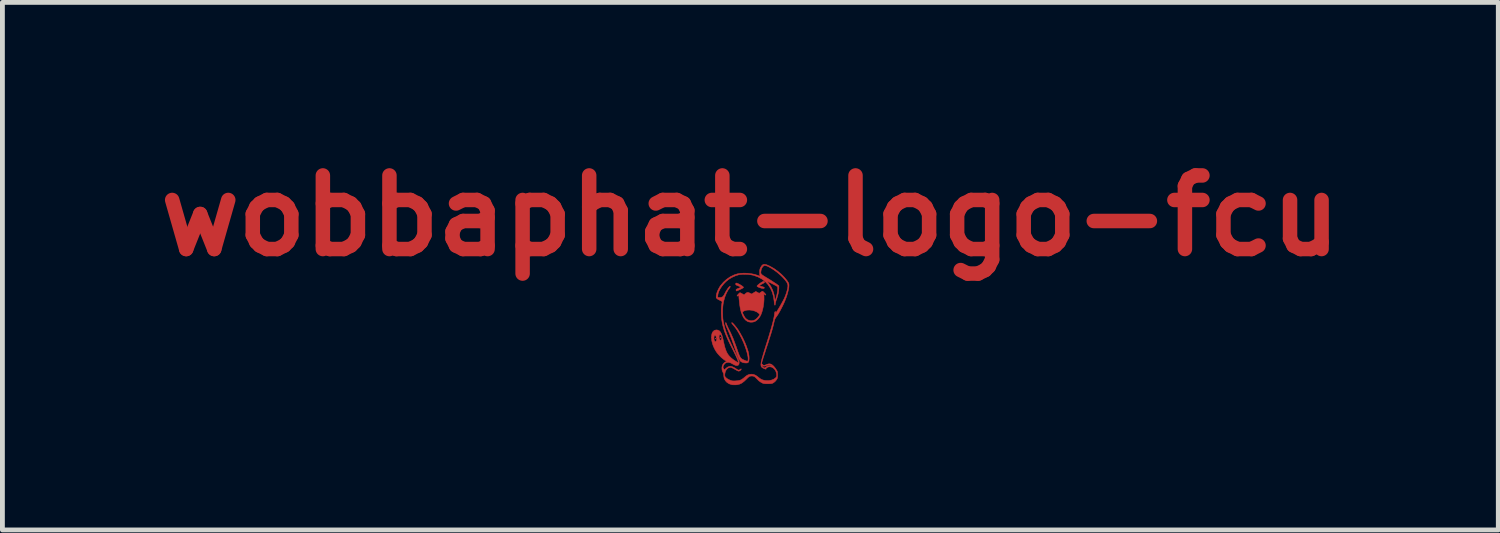
<source format=kicad_pcb>
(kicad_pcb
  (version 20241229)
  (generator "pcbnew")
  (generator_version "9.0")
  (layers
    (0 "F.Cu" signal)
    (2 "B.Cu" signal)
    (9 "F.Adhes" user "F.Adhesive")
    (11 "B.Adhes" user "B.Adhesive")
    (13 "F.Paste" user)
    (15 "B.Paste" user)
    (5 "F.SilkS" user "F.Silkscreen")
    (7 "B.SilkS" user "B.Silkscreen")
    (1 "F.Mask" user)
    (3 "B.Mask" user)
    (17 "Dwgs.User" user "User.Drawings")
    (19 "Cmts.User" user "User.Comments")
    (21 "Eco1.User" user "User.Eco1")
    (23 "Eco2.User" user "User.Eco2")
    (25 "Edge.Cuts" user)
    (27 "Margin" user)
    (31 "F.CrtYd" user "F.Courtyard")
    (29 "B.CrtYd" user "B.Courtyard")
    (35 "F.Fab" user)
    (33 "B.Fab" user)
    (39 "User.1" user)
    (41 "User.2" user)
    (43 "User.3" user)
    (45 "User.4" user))
  (footprint "wobbaphat-logo-fcu"
    (layer "F.Cu")
    (at 12.49 3.668)
    (property "Reference" "wobbaphat-logo-fcu" (at 0 -2.25 0) (layer "F.Cu") (effects (font (size 1.524 1.524) (thickness 0.3))))
    (attr through_hole)
    (fp_poly (pts (xy -0.725 0.288) (xy -0.718 0.294) (xy -0.717 0.296) (xy -0.723 0.299) (xy -0.725 0.299) (xy -0.732 0.293) (xy -0.732 0.291) (xy -0.728 0.286) (xy -0.725 0.288)) (stroke (width 0.01) (type solid)) (fill yes) (layer "F.Cu"))
    (fp_poly (pts (xy -0.62 0.265) (xy -0.613 0.275) (xy -0.613 0.277) (xy -0.618 0.284) (xy -0.62 0.284) (xy -0.627 0.278) (xy -0.628 0.272) (xy -0.624 0.265) (xy -0.62 0.265)) (stroke (width 0.01) (type solid)) (fill yes) (layer "F.Cu"))
    (fp_poly (pts (xy -0.283 -0.855) (xy -0.261 -0.847) (xy -0.235 -0.834) (xy -0.207 -0.819) (xy -0.18 -0.802) (xy -0.158 -0.786) (xy -0.145 -0.773) (xy -0.142 -0.767) (xy -0.146 -0.76) (xy -0.16 -0.75) (xy -0.185 -0.736) (xy -0.222 -0.719) (xy -0.252 -0.705) (xy -0.274 -0.696) (xy -0.286 -0.692) (xy -0.292 -0.694) (xy -0.295 -0.702) (xy -0.295 -0.702) (xy -0.297 -0.715) (xy -0.294 -0.724) (xy -0.281 -0.733) (xy -0.258 -0.743) (xy -0.247 -0.747) (xy -0.223 -0.757) (xy -0.205 -0.765) (xy -0.198 -0.77) (xy -0.203 -0.775) (xy -0.219 -0.783) (xy -0.242 -0.793) (xy -0.25 -0.797) (xy -0.279 -0.808) (xy -0.296 -0.817) (xy -0.304 -0.826) (xy -0.306 -0.835) (xy -0.302 -0.85) (xy -0.296 -0.856) (xy -0.283 -0.855)) (stroke (width 0.01) (type solid)) (fill yes) (layer "F.Cu"))
    (fp_poly (pts (xy 0.284 -0.892) (xy 0.29 -0.884) (xy 0.291 -0.882) (xy 0.294 -0.872) (xy 0.29 -0.864) (xy 0.275 -0.855) (xy 0.263 -0.848) (xy 0.238 -0.835) (xy 0.214 -0.821) (xy 0.206 -0.815) (xy 0.195 -0.808) (xy 0.19 -0.802) (xy 0.194 -0.798) (xy 0.207 -0.793) (xy 0.233 -0.785) (xy 0.249 -0.781) (xy 0.274 -0.773) (xy 0.287 -0.765) (xy 0.29 -0.757) (xy 0.29 -0.756) (xy 0.281 -0.745) (xy 0.261 -0.743) (xy 0.229 -0.749) (xy 0.198 -0.759) (xy 0.166 -0.771) (xy 0.147 -0.781) (xy 0.138 -0.788) (xy 0.138 -0.797) (xy 0.145 -0.807) (xy 0.146 -0.807) (xy 0.168 -0.827) (xy 0.197 -0.85) (xy 0.228 -0.87) (xy 0.255 -0.885) (xy 0.257 -0.885) (xy 0.274 -0.892) (xy 0.284 -0.892)) (stroke (width 0.01) (type solid)) (fill yes) (layer "F.Cu"))
    (fp_poly (pts (xy -0.372 -0.032) (xy -0.356 -0.017) (xy -0.336 0.005) (xy -0.313 0.032) (xy -0.29 0.061) (xy -0.269 0.089) (xy -0.26 0.101) (xy -0.211 0.182) (xy -0.163 0.269) (xy -0.12 0.359) (xy -0.083 0.449) (xy -0.054 0.534) (xy -0.044 0.568) (xy -0.034 0.614) (xy -0.028 0.661) (xy -0.026 0.705) (xy -0.029 0.743) (xy -0.035 0.771) (xy -0.039 0.779) (xy -0.049 0.791) (xy -0.06 0.797) (xy -0.078 0.799) (xy -0.095 0.799) (xy -0.132 0.796) (xy -0.165 0.787) (xy -0.169 0.785) (xy -0.184 0.778) (xy -0.197 0.769) (xy -0.21 0.757) (xy -0.221 0.742) (xy -0.234 0.721) (xy -0.247 0.693) (xy -0.262 0.658) (xy -0.279 0.613) (xy -0.299 0.558) (xy -0.323 0.49) (xy -0.34 0.441) (xy -0.368 0.362) (xy -0.393 0.293) (xy -0.417 0.23) (xy -0.442 0.169) (xy -0.469 0.107) (xy -0.488 0.064) (xy -0.503 0.028) (xy -0.512 -0.002) (xy -0.516 -0.024) (xy -0.513 -0.036) (xy -0.509 -0.037) (xy -0.503 -0.031) (xy -0.496 -0.015) (xy -0.494 -0.008) (xy -0.488 0.009) (xy -0.476 0.036) (xy -0.461 0.07) (xy -0.442 0.108) (xy -0.432 0.128) (xy -0.405 0.184) (xy -0.382 0.236) (xy -0.359 0.288) (xy -0.338 0.342) (xy -0.315 0.404) (xy -0.289 0.475) (xy -0.28 0.501) (xy -0.26 0.559) (xy -0.243 0.606) (xy -0.229 0.641) (xy -0.216 0.668) (xy -0.204 0.688) (xy -0.191 0.703) (xy -0.177 0.715) (xy -0.16 0.725) (xy -0.149 0.73) (xy -0.121 0.743) (xy -0.095 0.754) (xy -0.077 0.759) (xy -0.06 0.761) (xy -0.052 0.755) (xy -0.048 0.743) (xy -0.046 0.714) (xy -0.049 0.675) (xy -0.059 0.626) (xy -0.073 0.57) (xy -0.092 0.509) (xy -0.115 0.445) (xy -0.14 0.38) (xy -0.169 0.316) (xy -0.184 0.284) (xy -0.227 0.202) (xy -0.268 0.132) (xy -0.307 0.074) (xy -0.346 0.026) (xy -0.351 0.02) (xy -0.375 -0.008) (xy -0.387 -0.026) (xy -0.387 -0.036) (xy -0.382 -0.037) (xy -0.372 -0.032)) (stroke (width 0.01) (type solid)) (fill yes) (layer "F.Cu"))
    (fp_poly (pts (xy 0.26 -0.682) (xy 0.275 -0.669) (xy 0.292 -0.652) (xy 0.308 -0.634) (xy 0.319 -0.619) (xy 0.321 -0.613) (xy 0.317 -0.606) (xy 0.306 -0.611) (xy 0.295 -0.62) (xy 0.279 -0.636) (xy 0.282 -0.581) (xy 0.283 -0.515) (xy 0.278 -0.444) (xy 0.268 -0.372) (xy 0.253 -0.302) (xy 0.234 -0.239) (xy 0.213 -0.187) (xy 0.212 -0.185) (xy 0.189 -0.148) (xy 0.159 -0.111) (xy 0.126 -0.081) (xy 0.094 -0.06) (xy 0.094 -0.06) (xy 0.054 -0.048) (xy 0.009 -0.045) (xy -0.035 -0.052) (xy -0.058 -0.06) (xy -0.098 -0.088) (xy -0.133 -0.127) (xy -0.162 -0.179) (xy -0.187 -0.244) (xy -0.19 -0.252) (xy -0.164 -0.252) (xy -0.161 -0.238) (xy -0.151 -0.215) (xy -0.138 -0.188) (xy -0.123 -0.162) (xy -0.109 -0.139) (xy -0.102 -0.13) (xy -0.068 -0.1) (xy -0.026 -0.082) (xy 0.019 -0.075) (xy 0.064 -0.081) (xy 0.087 -0.09) (xy 0.119 -0.111) (xy 0.15 -0.141) (xy 0.176 -0.175) (xy 0.183 -0.186) (xy 0.19 -0.201) (xy 0.188 -0.212) (xy 0.178 -0.224) (xy 0.174 -0.228) (xy 0.134 -0.257) (xy 0.086 -0.278) (xy 0.032 -0.292) (xy -0.022 -0.298) (xy -0.075 -0.295) (xy -0.121 -0.283) (xy -0.133 -0.277) (xy -0.151 -0.266) (xy -0.163 -0.256) (xy -0.164 -0.252) (xy -0.19 -0.252) (xy -0.208 -0.322) (xy -0.223 -0.414) (xy -0.234 -0.519) (xy -0.236 -0.539) (xy -0.24 -0.605) (xy -0.258 -0.593) (xy -0.271 -0.585) (xy -0.276 -0.587) (xy -0.276 -0.592) (xy -0.271 -0.602) (xy -0.259 -0.617) (xy -0.243 -0.634) (xy -0.228 -0.648) (xy -0.216 -0.657) (xy -0.214 -0.657) (xy -0.207 -0.654) (xy -0.19 -0.646) (xy -0.171 -0.635) (xy -0.131 -0.613) (xy -0.1 -0.639) (xy -0.078 -0.656) (xy -0.06 -0.663) (xy -0.042 -0.661) (xy -0.018 -0.651) (xy -0.009 -0.647) (xy 0.027 -0.629) (xy 0.069 -0.656) (xy 0.112 -0.682) (xy 0.148 -0.663) (xy 0.183 -0.644) (xy 0.213 -0.665) (xy 0.232 -0.678) (xy 0.247 -0.686) (xy 0.251 -0.687) (xy 0.26 -0.682)) (stroke (width 0.01) (type solid)) (fill yes) (layer "F.Cu"))
    (fp_poly (pts (xy 0.334 -1.236) (xy 0.377 -1.218) (xy 0.406 -1.204) (xy 0.487 -1.158) (xy 0.566 -1.102) (xy 0.641 -1.039) (xy 0.707 -0.972) (xy 0.761 -0.905) (xy 0.779 -0.877) (xy 0.791 -0.858) (xy 0.797 -0.841) (xy 0.799 -0.822) (xy 0.799 -0.803) (xy 0.796 -0.761) (xy 0.786 -0.709) (xy 0.771 -0.649) (xy 0.751 -0.584) (xy 0.736 -0.542) (xy 0.717 -0.493) (xy 0.694 -0.439) (xy 0.667 -0.382) (xy 0.638 -0.325) (xy 0.61 -0.272) (xy 0.583 -0.225) (xy 0.559 -0.187) (xy 0.548 -0.172) (xy 0.529 -0.145) (xy 0.515 -0.123) (xy 0.505 -0.101) (xy 0.497 -0.074) (xy 0.488 -0.037) (xy 0.478 0.008) (xy 0.466 0.055) (xy 0.452 0.105) (xy 0.436 0.162) (xy 0.416 0.225) (xy 0.393 0.297) (xy 0.367 0.381) (xy 0.336 0.474) (xy 0.316 0.534) (xy 0.298 0.592) (xy 0.281 0.644) (xy 0.266 0.69) (xy 0.255 0.728) (xy 0.247 0.754) (xy 0.243 0.766) (xy 0.232 0.811) (xy 0.254 0.833) (xy 0.269 0.846) (xy 0.28 0.851) (xy 0.294 0.848) (xy 0.301 0.845) (xy 0.337 0.83) (xy 0.364 0.821) (xy 0.384 0.817) (xy 0.401 0.817) (xy 0.418 0.821) (xy 0.42 0.821) (xy 0.45 0.837) (xy 0.482 0.865) (xy 0.515 0.905) (xy 0.546 0.953) (xy 0.556 0.97) (xy 0.561 0.989) (xy 0.563 1.013) (xy 0.564 1.046) (xy 0.564 1.079) (xy 0.561 1.102) (xy 0.556 1.12) (xy 0.547 1.138) (xy 0.541 1.147) (xy 0.512 1.182) (xy 0.482 1.206) (xy 0.466 1.216) (xy 0.451 1.222) (xy 0.435 1.226) (xy 0.414 1.228) (xy 0.384 1.229) (xy 0.359 1.229) (xy 0.322 1.229) (xy 0.295 1.228) (xy 0.275 1.225) (xy 0.259 1.22) (xy 0.241 1.211) (xy 0.225 1.203) (xy 0.179 1.172) (xy 0.137 1.131) (xy 0.108 1.101) (xy 0.083 1.081) (xy 0.058 1.071) (xy 0.03 1.069) (xy 0.015 1.07) (xy -0.002 1.072) (xy -0.015 1.076) (xy -0.029 1.084) (xy -0.046 1.098) (xy -0.068 1.12) (xy -0.085 1.137) (xy -0.133 1.182) (xy -0.177 1.215) (xy -0.22 1.236) (xy -0.265 1.248) (xy -0.301 1.252) (xy -0.333 1.252) (xy -0.364 1.251) (xy -0.386 1.248) (xy -0.441 1.23) (xy -0.486 1.201) (xy -0.52 1.164) (xy -0.543 1.118) (xy -0.552 1.065) (xy -0.552 1.055) (xy -0.556 1.021) (xy -0.566 0.996) (xy -0.569 0.991) (xy -0.583 0.962) (xy -0.589 0.926) (xy -0.589 0.887) (xy -0.582 0.852) (xy -0.577 0.84) (xy -0.557 0.809) (xy -0.532 0.787) (xy -0.513 0.775) (xy -0.491 0.764) (xy -0.527 0.744) (xy -0.56 0.72) (xy -0.599 0.688) (xy -0.638 0.649) (xy -0.674 0.609) (xy -0.704 0.57) (xy -0.707 0.566) (xy -0.741 0.508) (xy -0.768 0.449) (xy -0.788 0.39) (xy -0.801 0.332) (xy -0.806 0.277) (xy -0.806 0.276) (xy -0.755 0.276) (xy -0.754 0.306) (xy -0.746 0.334) (xy -0.738 0.35) (xy -0.725 0.357) (xy -0.712 0.352) (xy -0.703 0.336) (xy -0.702 0.331) (xy -0.699 0.305) (xy -0.702 0.278) (xy -0.706 0.265) (xy -0.648 0.265) (xy -0.648 0.271) (xy -0.642 0.3) (xy -0.633 0.319) (xy -0.621 0.328) (xy -0.609 0.325) (xy -0.599 0.309) (xy -0.596 0.3) (xy -0.594 0.272) (xy -0.6 0.243) (xy -0.613 0.22) (xy -0.618 0.216) (xy -0.63 0.211) (xy -0.641 0.22) (xy -0.647 0.238) (xy -0.648 0.265) (xy -0.706 0.265) (xy -0.709 0.255) (xy -0.718 0.236) (xy -0.728 0.226) (xy -0.739 0.228) (xy -0.74 0.229) (xy -0.751 0.249) (xy -0.755 0.276) (xy -0.806 0.276) (xy -0.804 0.228) (xy -0.794 0.185) (xy -0.776 0.151) (xy -0.75 0.127) (xy -0.743 0.123) (xy -0.707 0.114) (xy -0.671 0.119) (xy -0.643 0.133) (xy -0.622 0.155) (xy -0.603 0.189) (xy -0.585 0.236) (xy -0.569 0.296) (xy -0.56 0.336) (xy -0.543 0.415) (xy -0.526 0.481) (xy -0.507 0.537) (xy -0.487 0.583) (xy -0.463 0.623) (xy -0.435 0.658) (xy -0.402 0.691) (xy -0.367 0.72) (xy -0.341 0.739) (xy -0.314 0.757) (xy -0.288 0.773) (xy -0.267 0.785) (xy -0.254 0.791) (xy -0.251 0.791) (xy -0.25 0.78) (xy -0.256 0.756) (xy -0.269 0.721) (xy -0.289 0.676) (xy -0.315 0.621) (xy -0.347 0.556) (xy -0.362 0.527) (xy -0.409 0.433) (xy -0.45 0.349) (xy -0.484 0.274) (xy -0.512 0.206) (xy -0.536 0.143) (xy -0.555 0.082) (xy -0.571 0.023) (xy -0.583 -0.032) (xy -0.593 -0.092) (xy -0.599 -0.159) (xy -0.603 -0.23) (xy -0.603 -0.3) (xy -0.6 -0.365) (xy -0.593 -0.423) (xy -0.586 -0.459) (xy -0.586 -0.468) (xy -0.591 -0.476) (xy -0.605 -0.485) (xy -0.63 -0.498) (xy -0.635 -0.5) (xy -0.669 -0.517) (xy -0.691 -0.532) (xy -0.703 -0.546) (xy -0.707 -0.557) (xy -0.676 -0.557) (xy -0.642 -0.557) (xy -0.609 -0.559) (xy -0.584 -0.567) (xy -0.564 -0.583) (xy -0.546 -0.609) (xy -0.53 -0.638) (xy -0.513 -0.671) (xy -0.493 -0.704) (xy -0.473 -0.736) (xy -0.453 -0.762) (xy -0.437 -0.78) (xy -0.428 -0.788) (xy -0.417 -0.788) (xy -0.416 -0.78) (xy -0.423 -0.765) (xy -0.43 -0.756) (xy -0.466 -0.704) (xy -0.499 -0.641) (xy -0.528 -0.569) (xy -0.55 -0.491) (xy -0.564 -0.424) (xy -0.57 -0.372) (xy -0.574 -0.312) (xy -0.575 -0.247) (xy -0.573 -0.183) (xy -0.57 -0.124) (xy -0.564 -0.078) (xy -0.551 -0.012) (xy -0.535 0.052) (xy -0.516 0.118) (xy -0.492 0.188) (xy -0.463 0.262) (xy -0.427 0.343) (xy -0.385 0.434) (xy -0.346 0.515) (xy -0.315 0.578) (xy -0.29 0.629) (xy -0.271 0.67) (xy -0.256 0.702) (xy -0.246 0.728) (xy -0.239 0.747) (xy -0.234 0.763) (xy -0.232 0.776) (xy -0.232 0.789) (xy -0.232 0.792) (xy -0.236 0.824) (xy -0.25 0.844) (xy -0.273 0.853) (xy -0.303 0.85) (xy -0.34 0.835) (xy -0.363 0.822) (xy -0.41 0.797) (xy -0.453 0.786) (xy -0.49 0.789) (xy -0.522 0.805) (xy -0.547 0.834) (xy -0.553 0.845) (xy -0.565 0.873) (xy -0.566 0.894) (xy -0.558 0.914) (xy -0.553 0.921) (xy -0.537 0.941) (xy -0.508 0.912) (xy -0.474 0.886) (xy -0.436 0.87) (xy -0.407 0.867) (xy -0.385 0.872) (xy -0.355 0.885) (xy -0.319 0.904) (xy -0.292 0.922) (xy -0.267 0.938) (xy -0.249 0.946) (xy -0.236 0.947) (xy -0.222 0.94) (xy -0.214 0.933) (xy -0.199 0.923) (xy -0.19 0.921) (xy -0.19 0.921) (xy -0.189 0.93) (xy -0.198 0.944) (xy -0.212 0.957) (xy -0.226 0.964) (xy -0.239 0.968) (xy -0.253 0.966) (xy -0.272 0.957) (xy -0.282 0.952) (xy -0.323 0.929) (xy -0.353 0.912) (xy -0.375 0.901) (xy -0.391 0.894) (xy -0.402 0.89) (xy -0.412 0.889) (xy -0.413 0.889) (xy -0.447 0.896) (xy -0.477 0.915) (xy -0.502 0.945) (xy -0.52 0.983) (xy -0.529 1.026) (xy -0.53 1.046) (xy -0.529 1.07) (xy -0.521 1.087) (xy -0.51 1.099) (xy -0.487 1.119) (xy -0.468 1.132) (xy -0.446 1.144) (xy -0.42 1.155) (xy -0.397 1.164) (xy -0.377 1.169) (xy -0.354 1.171) (xy -0.323 1.171) (xy -0.31 1.17) (xy -0.275 1.167) (xy -0.24 1.162) (xy -0.213 1.156) (xy -0.208 1.154) (xy -0.181 1.141) (xy -0.148 1.118) (xy -0.12 1.095) (xy -0.082 1.064) (xy -0.049 1.045) (xy -0.014 1.034) (xy 0.026 1.031) (xy 0.031 1.031) (xy 0.07 1.037) (xy 0.11 1.054) (xy 0.152 1.084) (xy 0.164 1.094) (xy 0.206 1.126) (xy 0.246 1.147) (xy 0.29 1.159) (xy 0.329 1.163) (xy 0.385 1.163) (xy 0.437 1.153) (xy 0.483 1.135) (xy 0.519 1.11) (xy 0.536 1.091) (xy 0.544 1.074) (xy 0.545 1.056) (xy 0.54 1.009) (xy 0.525 0.966) (xy 0.502 0.93) (xy 0.472 0.902) (xy 0.438 0.884) (xy 0.402 0.878) (xy 0.375 0.881) (xy 0.348 0.892) (xy 0.33 0.903) (xy 0.324 0.915) (xy 0.325 0.92) (xy 0.325 0.926) (xy 0.314 0.926) (xy 0.297 0.921) (xy 0.277 0.913) (xy 0.256 0.902) (xy 0.25 0.898) (xy 0.232 0.884) (xy 0.223 0.87) (xy 0.219 0.851) (xy 0.219 0.849) (xy 0.234 0.849) (xy 0.236 0.855) (xy 0.245 0.867) (xy 0.261 0.881) (xy 0.267 0.885) (xy 0.293 0.903) (xy 0.326 0.879) (xy 0.349 0.865) (xy 0.37 0.858) (xy 0.397 0.855) (xy 0.404 0.855) (xy 0.429 0.854) (xy 0.44 0.85) (xy 0.436 0.846) (xy 0.418 0.841) (xy 0.402 0.839) (xy 0.37 0.839) (xy 0.339 0.85) (xy 0.338 0.851) (xy 0.3 0.864) (xy 0.269 0.864) (xy 0.248 0.855) (xy 0.237 0.848) (xy 0.234 0.849) (xy 0.219 0.849) (xy 0.218 0.84) (xy 0.218 0.824) (xy 0.22 0.804) (xy 0.224 0.779) (xy 0.231 0.749) (xy 0.24 0.712) (xy 0.253 0.666) (xy 0.269 0.611) (xy 0.289 0.545) (xy 0.313 0.467) (xy 0.331 0.41) (xy 0.367 0.297) (xy 0.397 0.197) (xy 0.423 0.109) (xy 0.445 0.032) (xy 0.463 -0.035) (xy 0.477 -0.093) (xy 0.488 -0.144) (xy 0.496 -0.188) (xy 0.501 -0.226) (xy 0.502 -0.238) (xy 0.506 -0.256) (xy 0.513 -0.266) (xy 0.519 -0.267) (xy 0.523 -0.256) (xy 0.523 -0.253) (xy 0.523 -0.235) (xy 0.538 -0.254) (xy 0.552 -0.274) (xy 0.571 -0.305) (xy 0.594 -0.343) (xy 0.619 -0.385) (xy 0.644 -0.43) (xy 0.668 -0.473) (xy 0.689 -0.512) (xy 0.702 -0.538) (xy 0.723 -0.587) (xy 0.742 -0.639) (xy 0.758 -0.692) (xy 0.77 -0.741) (xy 0.776 -0.782) (xy 0.777 -0.797) (xy 0.775 -0.821) (xy 0.768 -0.844) (xy 0.755 -0.87) (xy 0.734 -0.9) (xy 0.711 -0.929) (xy 0.674 -0.97) (xy 0.632 -1.012) (xy 0.586 -1.052) (xy 0.538 -1.091) (xy 0.489 -1.126) (xy 0.441 -1.158) (xy 0.396 -1.184) (xy 0.356 -1.204) (xy 0.321 -1.216) (xy 0.294 -1.219) (xy 0.281 -1.216) (xy 0.256 -1.195) (xy 0.237 -1.164) (xy 0.223 -1.126) (xy 0.217 -1.084) (xy 0.217 -1.078) (xy 0.217 -1.066) (xy 0.219 -1.056) (xy 0.224 -1.046) (xy 0.233 -1.036) (xy 0.248 -1.023) (xy 0.271 -1.007) (xy 0.303 -0.987) (xy 0.344 -0.962) (xy 0.383 -0.938) (xy 0.424 -0.913) (xy 0.464 -0.887) (xy 0.5 -0.863) (xy 0.53 -0.844) (xy 0.541 -0.836) (xy 0.59 -0.799) (xy 0.59 -0.749) (xy 0.586 -0.699) (xy 0.577 -0.642) (xy 0.562 -0.582) (xy 0.544 -0.526) (xy 0.541 -0.519) (xy 0.53 -0.487) (xy 0.522 -0.455) (xy 0.517 -0.431) (xy 0.514 -0.407) (xy 0.509 -0.397) (xy 0.504 -0.4) (xy 0.499 -0.415) (xy 0.495 -0.442) (xy 0.492 -0.479) (xy 0.478 -0.576) (xy 0.453 -0.667) (xy 0.415 -0.749) (xy 0.366 -0.823) (xy 0.307 -0.887) (xy 0.294 -0.897) (xy 0.344 -0.897) (xy 0.379 -0.852) (xy 0.425 -0.785) (xy 0.462 -0.708) (xy 0.489 -0.624) (xy 0.505 -0.537) (xy 0.508 -0.515) (xy 0.511 -0.504) (xy 0.515 -0.503) (xy 0.521 -0.515) (xy 0.529 -0.54) (xy 0.539 -0.578) (xy 0.542 -0.587) (xy 0.554 -0.639) (xy 0.562 -0.686) (xy 0.566 -0.726) (xy 0.566 -0.757) (xy 0.562 -0.778) (xy 0.56 -0.781) (xy 0.55 -0.789) (xy 0.529 -0.801) (xy 0.5 -0.817) (xy 0.465 -0.835) (xy 0.447 -0.845) (xy 0.344 -0.897) (xy 0.294 -0.897) (xy 0.237 -0.94) (xy 0.158 -0.983) (xy 0.069 -1.015) (xy 0.063 -1.017) (xy 0.012 -1.027) (xy -0.047 -1.034) (xy -0.108 -1.037) (xy -0.167 -1.036) (xy -0.219 -1.032) (xy -0.239 -1.028) (xy -0.3 -1.01) (xy -0.365 -0.982) (xy -0.427 -0.947) (xy -0.452 -0.93) (xy -0.503 -0.889) (xy -0.55 -0.841) (xy -0.592 -0.789) (xy -0.627 -0.735) (xy -0.654 -0.682) (xy -0.67 -0.631) (xy -0.675 -0.594) (xy -0.676 -0.557) (xy -0.707 -0.557) (xy -0.708 -0.563) (xy -0.708 -0.585) (xy -0.707 -0.599) (xy -0.699 -0.638) (xy -0.684 -0.683) (xy -0.662 -0.73) (xy -0.637 -0.775) (xy -0.621 -0.8) (xy -0.561 -0.871) (xy -0.493 -0.933) (xy -0.418 -0.985) (xy -0.338 -1.024) (xy -0.271 -1.046) (xy -0.208 -1.057) (xy -0.136 -1.061) (xy -0.061 -1.059) (xy 0.016 -1.05) (xy 0.088 -1.036) (xy 0.152 -1.015) (xy 0.155 -1.014) (xy 0.202 -0.995) (xy 0.196 -1.015) (xy 0.193 -1.033) (xy 0.192 -1.059) (xy 0.191 -1.087) (xy 0.193 -1.123) (xy 0.2 -1.152) (xy 0.211 -1.177) (xy 0.23 -1.209) (xy 0.25 -1.231) (xy 0.272 -1.242) (xy 0.3 -1.244) (xy 0.334 -1.236)) (stroke (width 0.01) (type solid)) (fill yes) (layer "F.Cu")))
  (gr_rect
    (start -3 -3)
    (end 27.979 7.925)
    (stroke (width 0.1) (type default))
    (fill no)
    (layer "Edge.Cuts")))
</source>
